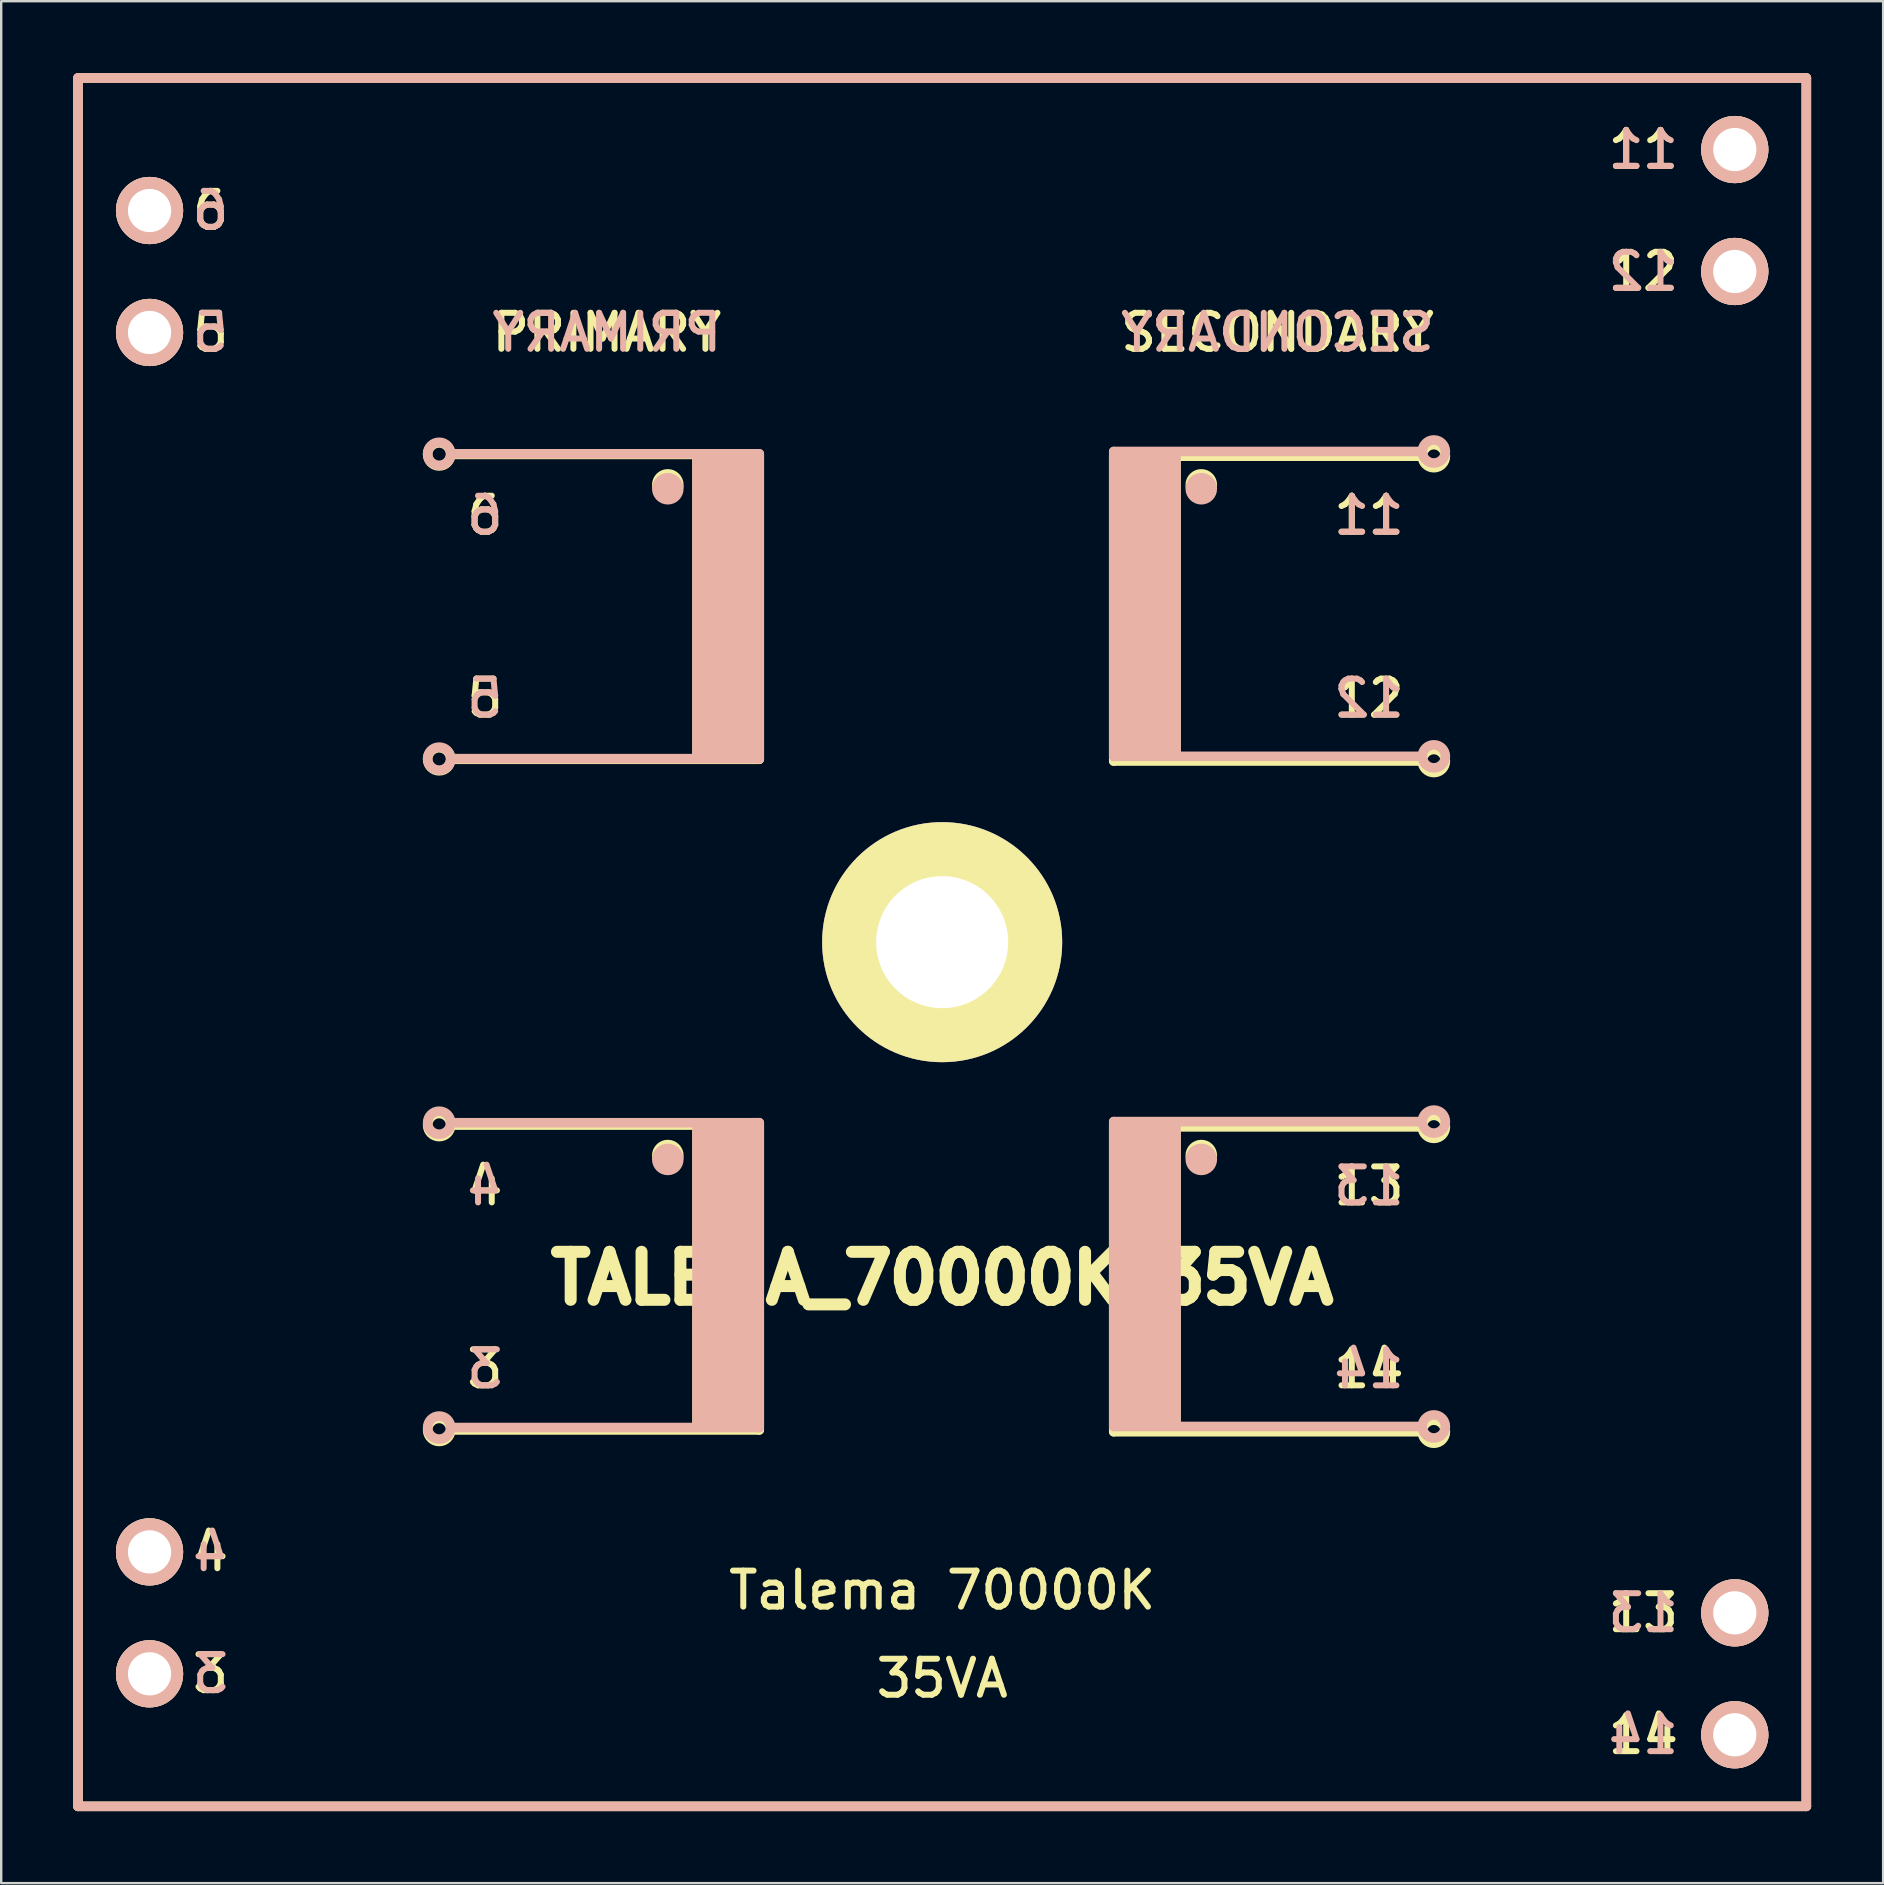
<source format=kicad_pcb>
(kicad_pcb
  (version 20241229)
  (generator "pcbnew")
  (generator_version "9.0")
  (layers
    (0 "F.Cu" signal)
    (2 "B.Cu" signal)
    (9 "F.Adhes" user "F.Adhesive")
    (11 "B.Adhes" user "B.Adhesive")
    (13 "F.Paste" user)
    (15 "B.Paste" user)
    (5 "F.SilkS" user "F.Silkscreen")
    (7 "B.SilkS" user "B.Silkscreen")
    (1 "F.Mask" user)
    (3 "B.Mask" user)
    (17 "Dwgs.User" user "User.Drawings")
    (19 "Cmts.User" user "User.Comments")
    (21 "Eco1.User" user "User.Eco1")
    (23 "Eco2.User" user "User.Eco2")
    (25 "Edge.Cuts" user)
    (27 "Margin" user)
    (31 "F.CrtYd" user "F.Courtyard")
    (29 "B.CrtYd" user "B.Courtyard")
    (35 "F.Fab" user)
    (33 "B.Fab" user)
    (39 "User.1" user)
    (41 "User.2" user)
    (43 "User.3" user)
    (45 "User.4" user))
  (footprint "TALEMA_70000K_35VA"
    (layer "F.Cu")
    (at 36.2 36.2)
    (property "Reference" "TALEMA_70000K_35VA" (at 0 14 0) (layer "F.SilkS") (effects (font (size 2 2) (thickness 0.5))))
    (attr through_hole)
    (fp_line (start -36 -36) (end 36 -36) (stroke (width 0.4) (type solid)) (layer "F.SilkS"))
    (fp_line (start -36 36) (end -36 -36) (stroke (width 0.4) (type solid)) (layer "F.SilkS"))
    (fp_line (start -20.32 -20.32) (end -7.62 -20.32) (stroke (width 0.4) (type solid)) (layer "F.SilkS"))
    (fp_line (start -20.32 7.62) (end -7.62 7.62) (stroke (width 0.4) (type solid)) (layer "F.SilkS"))
    (fp_line (start -11.43 -19.304) (end -11.43 -18.796) (stroke (width 0.4) (type solid)) (layer "F.SilkS"))
    (fp_line (start -11.43 8.636) (end -11.43 9.144) (stroke (width 0.4) (type solid)) (layer "F.SilkS"))
    (fp_line (start -10.287 -20.32) (end -10.287 -7.62) (stroke (width 0.25) (type solid)) (layer "F.SilkS"))
    (fp_line (start -10.287 7.62) (end -10.287 20.32) (stroke (width 0.25) (type solid)) (layer "F.SilkS"))
    (fp_line (start -9.525 -19.685) (end -9.525 -8.255) (stroke (width 1.57) (type solid)) (layer "F.SilkS"))
    (fp_line (start -9.525 8.255) (end -9.525 19.685) (stroke (width 1.57) (type solid)) (layer "F.SilkS"))
    (fp_line (start -8.255 -19.685) (end -8.255 -8.255) (stroke (width 1.57) (type solid)) (layer "F.SilkS"))
    (fp_line (start -8.255 8.255) (end -8.255 19.685) (stroke (width 1.57) (type solid)) (layer "F.SilkS"))
    (fp_line (start -7.62 -20.32) (end -7.62 -7.62) (stroke (width 0.4) (type solid)) (layer "F.SilkS"))
    (fp_line (start -7.62 -7.62) (end -20.32 -7.62) (stroke (width 0.4) (type solid)) (layer "F.SilkS"))
    (fp_line (start -7.62 7.62) (end -7.62 20.32) (stroke (width 0.4) (type solid)) (layer "F.SilkS"))
    (fp_line (start -7.62 20.32) (end -20.32 20.32) (stroke (width 0.4) (type solid)) (layer "F.SilkS"))
    (fp_line (start 7.148 -20.246) (end 19.848 -20.246) (stroke (width 0.4) (type solid)) (layer "F.SilkS"))
    (fp_line (start 7.148 -7.546) (end 7.148 -20.246) (stroke (width 0.4) (type solid)) (layer "F.SilkS"))
    (fp_line (start 7.148 7.694) (end 19.848 7.694) (stroke (width 0.4) (type solid)) (layer "F.SilkS"))
    (fp_line (start 7.148 20.394) (end 7.148 7.694) (stroke (width 0.4) (type solid)) (layer "F.SilkS"))
    (fp_line (start 7.783 -8.181) (end 7.783 -19.611) (stroke (width 1.57) (type solid)) (layer "F.SilkS"))
    (fp_line (start 7.783 19.759) (end 7.783 8.329) (stroke (width 1.57) (type solid)) (layer "F.SilkS"))
    (fp_line (start 9.053 -8.181) (end 9.053 -19.611) (stroke (width 1.57) (type solid)) (layer "F.SilkS"))
    (fp_line (start 9.053 19.759) (end 9.053 8.329) (stroke (width 1.57) (type solid)) (layer "F.SilkS"))
    (fp_line (start 9.815 -7.546) (end 9.815 -20.246) (stroke (width 0.25) (type solid)) (layer "F.SilkS"))
    (fp_line (start 9.815 20.394) (end 9.815 7.694) (stroke (width 0.25) (type solid)) (layer "F.SilkS"))
    (fp_line (start 10.795 -19.304) (end 10.795 -18.796) (stroke (width 0.4) (type solid)) (layer "F.SilkS"))
    (fp_line (start 10.795 8.636) (end 10.795 9.144) (stroke (width 0.4) (type solid)) (layer "F.SilkS"))
    (fp_line (start 19.848 -7.546) (end 7.148 -7.546) (stroke (width 0.4) (type solid)) (layer "F.SilkS"))
    (fp_line (start 19.848 20.394) (end 7.148 20.394) (stroke (width 0.4) (type solid)) (layer "F.SilkS"))
    (fp_line (start 36 -36) (end 36 36) (stroke (width 0.4) (type solid)) (layer "F.SilkS"))
    (fp_line (start 36 36) (end -36 36) (stroke (width 0.4) (type solid)) (layer "F.SilkS"))
    (fp_circle (center -20.955 -20.32) (end -20.935 -20.8) (stroke (width 0.4) (type solid)) (fill no) (layer "F.SilkS"))
    (fp_circle (center -20.955 -7.62) (end -20.935 -8.1) (stroke (width 0.4) (type solid)) (fill no) (layer "F.SilkS"))
    (fp_circle (center -20.955 7.62) (end -20.935 7.14) (stroke (width 0.4) (type solid)) (fill no) (layer "F.SilkS"))
    (fp_circle (center -20.955 20.32) (end -20.935 19.84) (stroke (width 0.4) (type solid)) (fill no) (layer "F.SilkS"))
    (fp_circle (center -11.43 -19.05) (end -11.176 -19.05) (stroke (width 0.3) (type solid)) (fill no) (layer "F.SilkS"))
    (fp_circle (center -11.43 -19.05) (end -10.922 -19.05) (stroke (width 0.3) (type solid)) (fill no) (layer "F.SilkS"))
    (fp_circle (center -11.43 8.89) (end -11.176 8.89) (stroke (width 0.3) (type solid)) (fill no) (layer "F.SilkS"))
    (fp_circle (center -11.43 8.89) (end -10.922 8.89) (stroke (width 0.3) (type solid)) (fill no) (layer "F.SilkS"))
    (fp_circle (center 10.795 -19.05) (end 11.049 -19.05) (stroke (width 0.3) (type solid)) (fill no) (layer "F.SilkS"))
    (fp_circle (center 10.795 -19.05) (end 11.303 -19.05) (stroke (width 0.3) (type solid)) (fill no) (layer "F.SilkS"))
    (fp_circle (center 10.795 8.89) (end 11.049 8.89) (stroke (width 0.3) (type solid)) (fill no) (layer "F.SilkS"))
    (fp_circle (center 10.795 8.89) (end 11.303 8.89) (stroke (width 0.3) (type solid)) (fill no) (layer "F.SilkS"))
    (fp_circle (center 20.483 -20.246) (end 20.463 -19.766) (stroke (width 0.4) (type solid)) (fill no) (layer "F.SilkS"))
    (fp_circle (center 20.483 -7.546) (end 20.463 -7.066) (stroke (width 0.4) (type solid)) (fill no) (layer "F.SilkS"))
    (fp_circle (center 20.483 7.694) (end 20.463 8.174) (stroke (width 0.4) (type solid)) (fill no) (layer "F.SilkS"))
    (fp_circle (center 20.483 20.394) (end 20.463 20.874) (stroke (width 0.4) (type solid)) (fill no) (layer "F.SilkS"))
    (fp_line (start -36 -36) (end 36 -36) (stroke (width 0.4) (type solid)) (layer "B.SilkS"))
    (fp_line (start -36 36) (end -36 -36) (stroke (width 0.4) (type solid)) (layer "B.SilkS"))
    (fp_line (start -20.32 -7.645) (end -7.62 -7.645) (stroke (width 0.4) (type solid)) (layer "B.SilkS"))
    (fp_line (start -20.32 20.221) (end -7.62 20.221) (stroke (width 0.4) (type solid)) (layer "B.SilkS"))
    (fp_line (start -11.43 -18.636) (end -11.43 -19.144) (stroke (width 0.4) (type solid)) (layer "B.SilkS"))
    (fp_line (start -11.43 9.304) (end -11.43 8.796) (stroke (width 0.4) (type solid)) (layer "B.SilkS"))
    (fp_line (start -10.287 -7.645) (end -10.287 -20.345) (stroke (width 0.25) (type solid)) (layer "B.SilkS"))
    (fp_line (start -10.287 20.221) (end -10.287 7.521) (stroke (width 0.25) (type solid)) (layer "B.SilkS"))
    (fp_line (start -9.525 -8.28) (end -9.525 -19.71) (stroke (width 1.57) (type solid)) (layer "B.SilkS"))
    (fp_line (start -9.525 19.586) (end -9.525 8.156) (stroke (width 1.57) (type solid)) (layer "B.SilkS"))
    (fp_line (start -8.255 -8.28) (end -8.255 -19.71) (stroke (width 1.57) (type solid)) (layer "B.SilkS"))
    (fp_line (start -8.255 19.586) (end -8.255 8.156) (stroke (width 1.57) (type solid)) (layer "B.SilkS"))
    (fp_line (start -7.62 -20.345) (end -20.32 -20.345) (stroke (width 0.4) (type solid)) (layer "B.SilkS"))
    (fp_line (start -7.62 -7.645) (end -7.62 -20.345) (stroke (width 0.4) (type solid)) (layer "B.SilkS"))
    (fp_line (start -7.62 7.521) (end -20.32 7.521) (stroke (width 0.4) (type solid)) (layer "B.SilkS"))
    (fp_line (start -7.62 20.221) (end -7.62 7.521) (stroke (width 0.4) (type solid)) (layer "B.SilkS"))
    (fp_line (start 7.148 -20.441) (end 7.148 -7.741) (stroke (width 0.4) (type solid)) (layer "B.SilkS"))
    (fp_line (start 7.148 -7.741) (end 19.848 -7.741) (stroke (width 0.4) (type solid)) (layer "B.SilkS"))
    (fp_line (start 7.148 7.475) (end 7.148 20.175) (stroke (width 0.4) (type solid)) (layer "B.SilkS"))
    (fp_line (start 7.148 20.175) (end 19.848 20.175) (stroke (width 0.4) (type solid)) (layer "B.SilkS"))
    (fp_line (start 7.783 -19.806) (end 7.783 -8.376) (stroke (width 1.57) (type solid)) (layer "B.SilkS"))
    (fp_line (start 7.783 8.11) (end 7.783 19.54) (stroke (width 1.57) (type solid)) (layer "B.SilkS"))
    (fp_line (start 9.053 -19.806) (end 9.053 -8.376) (stroke (width 1.57) (type solid)) (layer "B.SilkS"))
    (fp_line (start 9.053 8.11) (end 9.053 19.54) (stroke (width 1.57) (type solid)) (layer "B.SilkS"))
    (fp_line (start 9.815 -20.441) (end 9.815 -7.741) (stroke (width 0.25) (type solid)) (layer "B.SilkS"))
    (fp_line (start 9.815 7.475) (end 9.815 20.175) (stroke (width 0.25) (type solid)) (layer "B.SilkS"))
    (fp_line (start 10.795 -18.636) (end 10.795 -19.144) (stroke (width 0.4) (type solid)) (layer "B.SilkS"))
    (fp_line (start 10.795 9.304) (end 10.795 8.796) (stroke (width 0.4) (type solid)) (layer "B.SilkS"))
    (fp_line (start 19.848 -20.441) (end 7.148 -20.441) (stroke (width 0.4) (type solid)) (layer "B.SilkS"))
    (fp_line (start 19.848 7.475) (end 7.148 7.475) (stroke (width 0.4) (type solid)) (layer "B.SilkS"))
    (fp_line (start 36 -36) (end 36 36) (stroke (width 0.4) (type solid)) (layer "B.SilkS"))
    (fp_line (start 36 36) (end -36 36) (stroke (width 0.4) (type solid)) (layer "B.SilkS"))
    (fp_circle (center -20.955 -20.345) (end -20.935 -19.865) (stroke (width 0.4) (type solid)) (fill no) (layer "B.SilkS"))
    (fp_circle (center -20.955 -7.645) (end -20.935 -7.165) (stroke (width 0.4) (type solid)) (fill no) (layer "B.SilkS"))
    (fp_circle (center -20.955 7.521) (end -20.935 8.001) (stroke (width 0.4) (type solid)) (fill no) (layer "B.SilkS"))
    (fp_circle (center -20.955 20.221) (end -20.935 20.701) (stroke (width 0.4) (type solid)) (fill no) (layer "B.SilkS"))
    (fp_circle (center -11.43 -18.89) (end -11.176 -18.89) (stroke (width 0.3) (type solid)) (fill no) (layer "B.SilkS"))
    (fp_circle (center -11.43 -18.89) (end -10.922 -18.89) (stroke (width 0.3) (type solid)) (fill no) (layer "B.SilkS"))
    (fp_circle (center -11.43 9.05) (end -11.176 9.05) (stroke (width 0.3) (type solid)) (fill no) (layer "B.SilkS"))
    (fp_circle (center -11.43 9.05) (end -10.922 9.05) (stroke (width 0.3) (type solid)) (fill no) (layer "B.SilkS"))
    (fp_circle (center 10.795 -18.89) (end 11.049 -18.89) (stroke (width 0.3) (type solid)) (fill no) (layer "B.SilkS"))
    (fp_circle (center 10.795 -18.89) (end 11.303 -18.89) (stroke (width 0.3) (type solid)) (fill no) (layer "B.SilkS"))
    (fp_circle (center 10.795 9.05) (end 11.049 9.05) (stroke (width 0.3) (type solid)) (fill no) (layer "B.SilkS"))
    (fp_circle (center 10.795 9.05) (end 11.303 9.05) (stroke (width 0.3) (type solid)) (fill no) (layer "B.SilkS"))
    (fp_circle (center 20.483 -20.441) (end 20.463 -20.921) (stroke (width 0.4) (type solid)) (fill no) (layer "B.SilkS"))
    (fp_circle (center 20.483 -7.741) (end 20.463 -8.221) (stroke (width 0.4) (type solid)) (fill no) (layer "B.SilkS"))
    (fp_circle (center 20.483 7.475) (end 20.463 6.995) (stroke (width 0.4) (type solid)) (fill no) (layer "B.SilkS"))
    (fp_circle (center 20.483 20.175) (end 20.463 19.695) (stroke (width 0.4) (type solid)) (fill no) (layer "B.SilkS"))
    (fp_text user "11" (at 17.78 -17.78 0) (layer "F.SilkS") (effects (font (size 1.5 1.5) (thickness 0.25))))
    (fp_text user "12" (at 17.78 -10.16 0) (layer "F.SilkS") (effects (font (size 1.5 1.5) (thickness 0.25))))
    (fp_text user "4" (at -30.48 25.4 0) (layer "F.SilkS") (effects (font (size 1.5 1.5) (thickness 0.25))))
    (fp_text user "11" (at 29.21 -33.02 0) (layer "F.SilkS") (effects (font (size 1.5 1.5) (thickness 0.25))))
    (fp_text user "14" (at 17.78 17.78 0) (layer "F.SilkS") (effects (font (size 1.5 1.5) (thickness 0.25))))
    (fp_text user "4" (at -19.05 10.16 0) (layer "F.SilkS") (effects (font (size 1.5 1.5) (thickness 0.25))))
    (fp_text user "Talema 70000K" (at 0 27 0) (layer "F.SilkS") (effects (font (size 1.5 1.5) (thickness 0.25))))
    (fp_text user "35VA" (at 0 30.67 0) (layer "F.SilkS") (effects (font (size 1.5 1.5) (thickness 0.25))))
    (fp_text user "14" (at 29.21 33.02 0) (layer "F.SilkS") (effects (font (size 1.5 1.5) (thickness 0.25))))
    (fp_text user "6" (at -19.05 -17.78 0) (layer "F.SilkS") (effects (font (size 1.5 1.5) (thickness 0.25))))
    (fp_text user "12" (at 29.21 -27.94 0) (layer "F.SilkS") (effects (font (size 1.5 1.5) (thickness 0.25))))
    (fp_text user "SECONDARY" (at 13.97 -25.4 0) (layer "F.SilkS") (effects (font (size 1.5 1.5) (thickness 0.25))))
    (fp_text user "PRIMARY" (at -13.97 -25.4 0) (layer "F.SilkS") (effects (font (size 1.5 1.5) (thickness 0.25))))
    (fp_text user "13" (at 17.78 10.16 0) (layer "F.SilkS") (effects (font (size 1.5 1.5) (thickness 0.25))))
    (fp_text user "5" (at -30.48 -25.4 0) (layer "F.SilkS") (effects (font (size 1.5 1.5) (thickness 0.25))))
    (fp_text user "6" (at -30.48 -30.48 0) (layer "F.SilkS") (effects (font (size 1.5 1.5) (thickness 0.25))))
    (fp_text user "3" (at -19.05 17.78 0) (layer "F.SilkS") (effects (font (size 1.5 1.5) (thickness 0.25))))
    (fp_text user "3" (at -30.48 30.48 0) (layer "F.SilkS") (effects (font (size 1.5 1.5) (thickness 0.25))))
    (fp_text user "5" (at -19.05 -10.16 0) (layer "F.SilkS") (effects (font (size 1.5 1.5) (thickness 0.25))))
    (fp_text user "13" (at 29.21 27.94 0) (layer "F.SilkS") (effects (font (size 1.5 1.5) (thickness 0.25))))
    (fp_text user "4" (at -19.05 10.16 0) (layer "B.SilkS") (effects (font (size 1.5 1.5) (thickness 0.25)) (justify mirror)))
    (fp_text user "5" (at -30.48 -25.4 0) (layer "B.SilkS") (effects (font (size 1.5 1.5) (thickness 0.25)) (justify mirror)))
    (fp_text user "5" (at -19.05 -10.16 0) (layer "B.SilkS") (effects (font (size 1.5 1.5) (thickness 0.25)) (justify mirror)))
    (fp_text user "PRIMARY" (at -13.97 -25.4 0) (layer "B.SilkS") (effects (font (size 1.5 1.5) (thickness 0.25)) (justify mirror)))
    (fp_text user "6" (at -30.48 -30.48 0) (layer "B.SilkS") (effects (font (size 1.5 1.5) (thickness 0.25)) (justify mirror)))
    (fp_text user "13" (at 29.21 27.94 0) (layer "B.SilkS") (effects (font (size 1.5 1.5) (thickness 0.25)) (justify mirror)))
    (fp_text user "11" (at 17.78 -17.78 0) (layer "B.SilkS") (effects (font (size 1.5 1.5) (thickness 0.25)) (justify mirror)))
    (fp_text user "12" (at 29.21 -27.94 0) (layer "B.SilkS") (effects (font (size 1.5 1.5) (thickness 0.25)) (justify mirror)))
    (fp_text user "3" (at -19.05 17.78 0) (layer "B.SilkS") (effects (font (size 1.5 1.5) (thickness 0.25)) (justify mirror)))
    (fp_text user "3" (at -30.48 30.48 0) (layer "B.SilkS") (effects (font (size 1.5 1.5) (thickness 0.25)) (justify mirror)))
    (fp_text user "4" (at -30.48 25.4 0) (layer "B.SilkS") (effects (font (size 1.5 1.5) (thickness 0.25)) (justify mirror)))
    (fp_text user "14" (at 17.78 17.78 0) (layer "B.SilkS") (effects (font (size 1.5 1.5) (thickness 0.25)) (justify mirror)))
    (fp_text user "SECONDARY" (at 13.97 -25.4 0) (layer "B.SilkS") (effects (font (size 1.5 1.5) (thickness 0.25)) (justify mirror)))
    (fp_text user "11" (at 29.21 -33.02 0) (layer "B.SilkS") (effects (font (size 1.5 1.5) (thickness 0.25)) (justify mirror)))
    (fp_text user "13" (at 17.78 10.16 0) (layer "B.SilkS") (effects (font (size 1.5 1.5) (thickness 0.25)) (justify mirror)))
    (fp_text user "12" (at 17.78 -10.16 0) (layer "B.SilkS") (effects (font (size 1.5 1.5) (thickness 0.25)) (justify mirror)))
    (fp_text user "14" (at 29.21 33.02 0) (layer "B.SilkS") (effects (font (size 1.5 1.5) (thickness 0.25)) (justify mirror)))
    (fp_text user "6" (at -19.05 -17.78 0) (layer "B.SilkS") (effects (font (size 1.5 1.5) (thickness 0.25)) (justify mirror)))
    (pad "" thru_hole circle (at 0 0) (size 10 10) (drill 5.5) (layers "*.Cu" "*.Mask" "F.SilkS"))
    (pad "3" thru_hole circle (at -33.02 30.48) (size 2.8 2.8) (drill 1.8) (layers "*.Cu" "*.SilkS" "*.Mask"))
    (pad "4" thru_hole circle (at -33.02 25.4) (size 2.8 2.8) (drill 1.8) (layers "*.Cu" "*.SilkS" "*.Mask"))
    (pad "5" thru_hole circle (at -33.02 -25.4) (size 2.8 2.8) (drill 1.8) (layers "*.Cu" "*.SilkS" "*.Mask"))
    (pad "6" thru_hole circle (at -33.02 -30.48) (size 2.8 2.8) (drill 1.8) (layers "*.Cu" "*.SilkS" "*.Mask"))
    (pad "11" thru_hole circle (at 33.02 -33.02) (size 2.8 2.8) (drill 1.8) (layers "*.Cu" "*.SilkS" "*.Mask"))
    (pad "12" thru_hole circle (at 33.02 -27.94) (size 2.8 2.8) (drill 1.8) (layers "*.Cu" "*.SilkS" "*.Mask"))
    (pad "13" thru_hole circle (at 33.02 27.94 90) (size 2.8 2.8) (drill 1.8) (layers "*.Cu" "*.SilkS" "*.Mask"))
    (pad "14" thru_hole circle (at 33.02 33.02) (size 2.8 2.8) (drill 1.8) (layers "*.Cu" "*.SilkS" "*.Mask")))
  (gr_rect
    (start -3 -3)
    (end 75.4 75.4)
    (stroke (width 0.1) (type default))
    (fill no)
    (layer "Edge.Cuts")))
</source>
